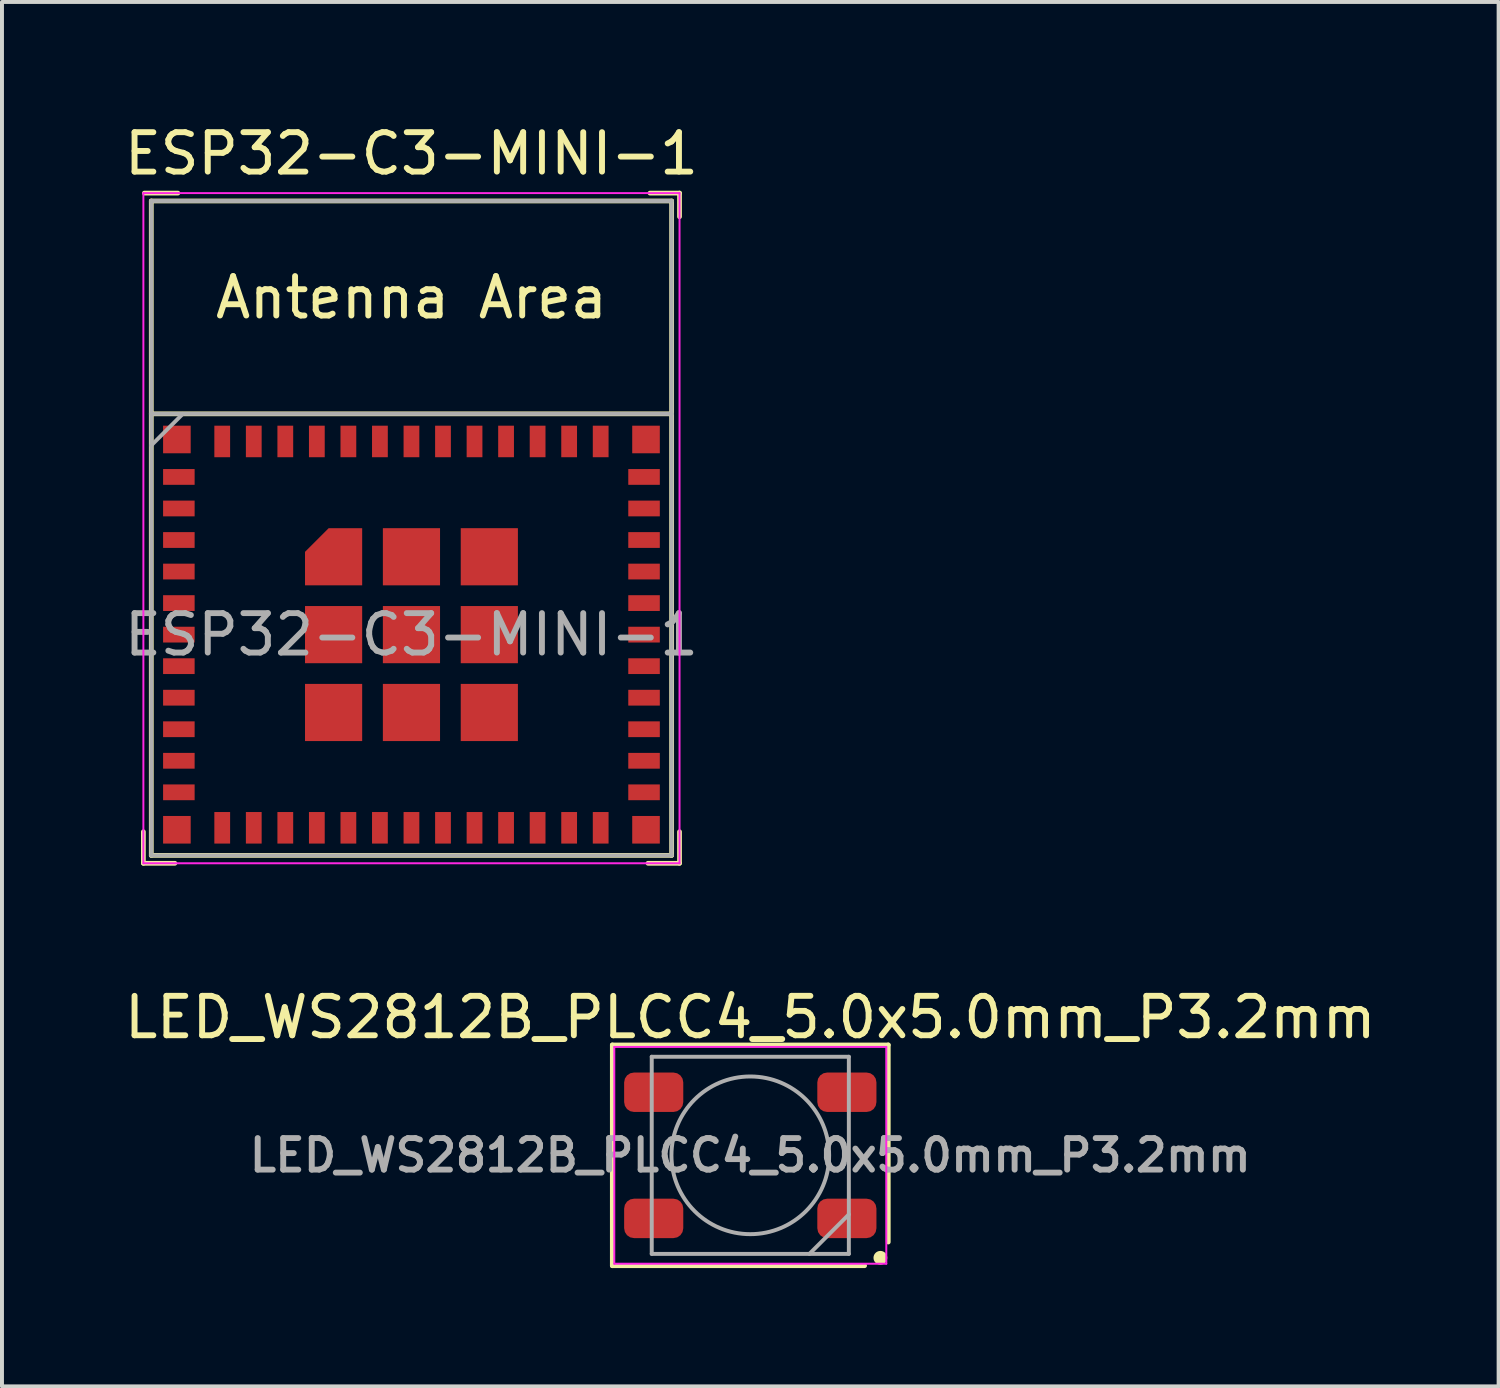
<source format=kicad_pcb>
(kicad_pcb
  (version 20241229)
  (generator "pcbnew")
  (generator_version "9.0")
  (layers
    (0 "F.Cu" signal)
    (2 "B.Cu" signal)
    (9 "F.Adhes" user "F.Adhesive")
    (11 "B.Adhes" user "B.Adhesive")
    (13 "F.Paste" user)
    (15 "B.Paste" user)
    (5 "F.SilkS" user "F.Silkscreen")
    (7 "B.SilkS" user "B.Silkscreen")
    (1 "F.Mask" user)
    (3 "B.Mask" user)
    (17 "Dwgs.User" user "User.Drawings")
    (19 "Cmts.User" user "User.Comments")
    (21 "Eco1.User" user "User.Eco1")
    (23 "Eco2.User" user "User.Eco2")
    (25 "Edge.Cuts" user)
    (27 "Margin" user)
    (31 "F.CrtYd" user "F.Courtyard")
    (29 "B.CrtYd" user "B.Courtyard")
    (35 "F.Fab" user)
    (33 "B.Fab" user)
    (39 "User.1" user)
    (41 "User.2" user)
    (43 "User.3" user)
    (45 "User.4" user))
  (footprint "LED_WS2812B_PLCC4_5.0x5.0mm_P3.2mm"
    (layer "F.Cu")
    (at 15.982 26.256)
    (property "Reference" "LED_WS2812B_PLCC4_5.0x5.0mm_P3.2mm" (at 0 -3.5 0) (layer "F.SilkS") (effects (font (size 1 1) (thickness 0.15))))
    (attr smd)
    (fp_line (start -3.5 -2.8) (end -3.5 2.8) (stroke (width 0.12) (type default)) (layer "F.SilkS"))
    (fp_line (start -3.5 2.8) (end 2.9 2.8) (stroke (width 0.12) (type default)) (layer "F.SilkS"))
    (fp_line (start 3.5 -2.8) (end -3.5 -2.8) (stroke (width 0.12) (type default)) (layer "F.SilkS"))
    (fp_line (start 3.5 2.2) (end 3.5 -2.8) (stroke (width 0.12) (type default)) (layer "F.SilkS"))
    (fp_circle (center 3.3 2.6) (end 3.4 2.6) (stroke (width 0.15) (type solid)) (fill yes) (layer "F.SilkS"))
    (fp_line (start -3.45 -2.75) (end -3.45 2.75) (stroke (width 0.05) (type solid)) (layer "F.CrtYd"))
    (fp_line (start -3.45 2.75) (end 3.45 2.75) (stroke (width 0.05) (type solid)) (layer "F.CrtYd"))
    (fp_line (start 3.45 -2.75) (end -3.45 -2.75) (stroke (width 0.05) (type solid)) (layer "F.CrtYd"))
    (fp_line (start 3.45 2.75) (end 3.45 -2.75) (stroke (width 0.05) (type solid)) (layer "F.CrtYd"))
    (fp_line (start -2.5 -2.5) (end -2.5 2.5) (stroke (width 0.1) (type solid)) (layer "F.Fab"))
    (fp_line (start -2.5 2.5) (end 2.5 2.5) (stroke (width 0.1) (type solid)) (layer "F.Fab"))
    (fp_line (start 2.5 -2.5) (end -2.5 -2.5) (stroke (width 0.1) (type solid)) (layer "F.Fab"))
    (fp_line (start 2.5 1.5) (end 1.5 2.5) (stroke (width 0.1) (type solid)) (layer "F.Fab"))
    (fp_line (start 2.5 2.5) (end 2.5 -2.5) (stroke (width 0.1) (type solid)) (layer "F.Fab"))
    (fp_circle (center 0 0) (end 0 -2) (stroke (width 0.1) (type solid)) (fill no) (layer "F.Fab"))
    (fp_text user "${REFERENCE}" (at 0 0 0) (layer "F.Fab") (effects (font (size 0.8 0.8) (thickness 0.15))))
    (pad "1" smd roundrect (at -2.45 -1.6) (size 1.5 1) (layers "F.Cu" "F.Mask" "F.Paste") (roundrect_rratio 0.25))
    (pad "2" smd roundrect (at -2.45 1.6) (size 1.5 1) (layers "F.Cu" "F.Mask" "F.Paste") (roundrect_rratio 0.25))
    (pad "3" smd roundrect (at 2.45 1.6) (size 1.5 1) (layers "F.Cu" "F.Mask" "F.Paste") (roundrect_rratio 0.25))
    (pad "4" smd roundrect (at 2.45 -1.6) (size 1.5 1) (layers "F.Cu" "F.Mask" "F.Paste") (roundrect_rratio 0.25)))
  (footprint "ESP32-C3-MINI-1"
    (layer "F.Cu")
    (at 7.387 10.348)
    (property "Reference" "ESP32-C3-MINI-1" (at 0 -9.5 0) (layer "F.SilkS") (effects (font (size 1 1) (thickness 0.15))))
    (attr smd)
    (fp_line (start -6.8 7.7) (end -6.8 8.5) (stroke (width 0.12) (type solid)) (layer "F.SilkS"))
    (fp_line (start -6.8 8.5) (end -6 8.5) (stroke (width 0.12) (type solid)) (layer "F.SilkS"))
    (fp_line (start -6.6 -8.3) (end 6.6 -8.3) (stroke (width 0.12) (type solid)) (layer "F.SilkS"))
    (fp_line (start -6.6 -2.9) (end 6.6 -2.9) (stroke (width 0.12) (type solid)) (layer "F.SilkS"))
    (fp_line (start -6.6 8.3) (end -6.6 -8.3) (stroke (width 0.12) (type solid)) (layer "F.SilkS"))
    (fp_line (start -5.925 -8.5) (end -6.775 -8.5) (stroke (width 0.12) (type solid)) (layer "F.SilkS"))
    (fp_line (start 6.05 -8.5) (end 6.8 -8.5) (stroke (width 0.12) (type solid)) (layer "F.SilkS"))
    (fp_line (start 6.6 -8.3) (end 6.6 8.3) (stroke (width 0.12) (type solid)) (layer "F.SilkS"))
    (fp_line (start 6.6 8.3) (end -6.6 8.3) (stroke (width 0.12) (type solid)) (layer "F.SilkS"))
    (fp_line (start 6.8 -8.5) (end 6.8 -7.9) (stroke (width 0.12) (type solid)) (layer "F.SilkS"))
    (fp_line (start 6.8 7.7) (end 6.8 8.5) (stroke (width 0.12) (type solid)) (layer "F.SilkS"))
    (fp_line (start 6.8 8.5) (end 6 8.5) (stroke (width 0.12) (type solid)) (layer "F.SilkS"))
    (fp_line (start -6.8 -8.5) (end 6.8 -8.5) (stroke (width 0.05) (type solid)) (layer "F.CrtYd"))
    (fp_line (start -6.8 8.5) (end -6.8 -8.5) (stroke (width 0.05) (type solid)) (layer "F.CrtYd"))
    (fp_line (start 6.8 -8.5) (end 6.8 8.5) (stroke (width 0.05) (type solid)) (layer "F.CrtYd"))
    (fp_line (start 6.8 8.5) (end -6.8 8.5) (stroke (width 0.05) (type solid)) (layer "F.CrtYd"))
    (fp_line (start -6.6 8.3) (end -6.6 -8.3) (stroke (width 0.1) (type solid)) (layer "F.Fab"))
    (fp_line (start -6.6 8.3) (end 6.6 8.3) (stroke (width 0.1) (type solid)) (layer "F.Fab"))
    (fp_line (start -5.8 -2.9) (end -6.6 -2.1) (stroke (width 0.1) (type solid)) (layer "F.Fab"))
    (fp_line (start 6.6 -8.3) (end -6.6 -8.3) (stroke (width 0.1) (type solid)) (layer "F.Fab"))
    (fp_line (start 6.6 -2.9) (end -6.6 -2.9) (stroke (width 0.1) (type solid)) (layer "F.Fab"))
    (fp_line (start 6.6 8.3) (end 6.6 -8.3) (stroke (width 0.1) (type solid)) (layer "F.Fab"))
    (fp_text user "Antenna Area" (at 0 -5.85 0) (layer "F.SilkS") (effects (font (size 1 1) (thickness 0.15))))
    (fp_text user "${REFERENCE}" (at 0 2.7 0) (layer "F.Fab") (effects (font (size 1 1) (thickness 0.15))))
    (pad "1" smd rect (at -5.9 -1.3 90) (size 0.4 0.8) (layers "F.Cu" "F.Mask" "F.Paste"))
    (pad "2" smd rect (at -5.9 -0.5 90) (size 0.4 0.8) (layers "F.Cu" "F.Mask" "F.Paste"))
    (pad "3" smd rect (at -5.9 0.3 90) (size 0.4 0.8) (layers "F.Cu" "F.Mask" "F.Paste"))
    (pad "4" smd rect (at -5.9 1.1 90) (size 0.4 0.8) (layers "F.Cu" "F.Mask" "F.Paste"))
    (pad "5" smd rect (at -5.9 1.9 90) (size 0.4 0.8) (layers "F.Cu" "F.Mask" "F.Paste"))
    (pad "6" smd rect (at -5.9 2.7 90) (size 0.4 0.8) (layers "F.Cu" "F.Mask" "F.Paste"))
    (pad "7" smd rect (at -5.9 3.5 90) (size 0.4 0.8) (layers "F.Cu" "F.Mask" "F.Paste"))
    (pad "8" smd rect (at -5.9 4.3 90) (size 0.4 0.8) (layers "F.Cu" "F.Mask" "F.Paste"))
    (pad "9" smd rect (at -5.9 5.1 90) (size 0.4 0.8) (layers "F.Cu" "F.Mask" "F.Paste"))
    (pad "10" smd rect (at -5.9 5.9 90) (size 0.4 0.8) (layers "F.Cu" "F.Mask" "F.Paste"))
    (pad "11" smd rect (at -5.9 6.7 90) (size 0.4 0.8) (layers "F.Cu" "F.Mask" "F.Paste"))
    (pad "12" smd rect (at -4.8 7.6) (size 0.4 0.8) (layers "F.Cu" "F.Mask" "F.Paste"))
    (pad "13" smd rect (at -4 7.6) (size 0.4 0.8) (layers "F.Cu" "F.Mask" "F.Paste"))
    (pad "14" smd rect (at -3.2 7.6) (size 0.4 0.8) (layers "F.Cu" "F.Mask" "F.Paste"))
    (pad "15" smd rect (at -2.4 7.6) (size 0.4 0.8) (layers "F.Cu" "F.Mask" "F.Paste"))
    (pad "16" smd rect (at -1.6 7.6) (size 0.4 0.8) (layers "F.Cu" "F.Mask" "F.Paste"))
    (pad "17" smd rect (at -0.8 7.6) (size 0.4 0.8) (layers "F.Cu" "F.Mask" "F.Paste"))
    (pad "18" smd rect (at 0 7.6) (size 0.4 0.8) (layers "F.Cu" "F.Mask" "F.Paste"))
    (pad "19" smd rect (at 0.8 7.6) (size 0.4 0.8) (layers "F.Cu" "F.Mask" "F.Paste"))
    (pad "20" smd rect (at 1.6 7.6) (size 0.4 0.8) (layers "F.Cu" "F.Mask" "F.Paste"))
    (pad "21" smd rect (at 2.4 7.6) (size 0.4 0.8) (layers "F.Cu" "F.Mask" "F.Paste"))
    (pad "22" smd rect (at 3.2 7.6) (size 0.4 0.8) (layers "F.Cu" "F.Mask" "F.Paste"))
    (pad "23" smd rect (at 4 7.6) (size 0.4 0.8) (layers "F.Cu" "F.Mask" "F.Paste"))
    (pad "24" smd rect (at 4.8 7.6) (size 0.4 0.8) (layers "F.Cu" "F.Mask" "F.Paste"))
    (pad "25" smd rect (at 5.9 6.7 90) (size 0.4 0.8) (layers "F.Cu" "F.Mask" "F.Paste"))
    (pad "26" smd rect (at 5.9 5.9 90) (size 0.4 0.8) (layers "F.Cu" "F.Mask" "F.Paste"))
    (pad "27" smd rect (at 5.9 5.1 90) (size 0.4 0.8) (layers "F.Cu" "F.Mask" "F.Paste"))
    (pad "28" smd rect (at 5.9 4.3 90) (size 0.4 0.8) (layers "F.Cu" "F.Mask" "F.Paste"))
    (pad "29" smd rect (at 5.9 3.5 90) (size 0.4 0.8) (layers "F.Cu" "F.Mask" "F.Paste"))
    (pad "30" smd rect (at 5.9 2.7 90) (size 0.4 0.8) (layers "F.Cu" "F.Mask" "F.Paste"))
    (pad "31" smd rect (at 5.9 1.9 90) (size 0.4 0.8) (layers "F.Cu" "F.Mask" "F.Paste"))
    (pad "32" smd rect (at 5.9 1.1 90) (size 0.4 0.8) (layers "F.Cu" "F.Mask" "F.Paste"))
    (pad "33" smd rect (at 5.9 0.3 90) (size 0.4 0.8) (layers "F.Cu" "F.Mask" "F.Paste"))
    (pad "34" smd rect (at 5.9 -0.5 90) (size 0.4 0.8) (layers "F.Cu" "F.Mask" "F.Paste"))
    (pad "35" smd rect (at 5.9 -1.3 90) (size 0.4 0.8) (layers "F.Cu" "F.Mask" "F.Paste"))
    (pad "36" smd rect (at 4.8 -2.2) (size 0.4 0.8) (layers "F.Cu" "F.Mask" "F.Paste"))
    (pad "37" smd rect (at 4 -2.2) (size 0.4 0.8) (layers "F.Cu" "F.Mask" "F.Paste"))
    (pad "38" smd rect (at 3.2 -2.2) (size 0.4 0.8) (layers "F.Cu" "F.Mask" "F.Paste"))
    (pad "39" smd rect (at 2.4 -2.2) (size 0.4 0.8) (layers "F.Cu" "F.Mask" "F.Paste"))
    (pad "40" smd rect (at 1.6 -2.2) (size 0.4 0.8) (layers "F.Cu" "F.Mask" "F.Paste"))
    (pad "41" smd rect (at 0.8 -2.2) (size 0.4 0.8) (layers "F.Cu" "F.Mask" "F.Paste"))
    (pad "42" smd rect (at 0 -2.2) (size 0.4 0.8) (layers "F.Cu" "F.Mask" "F.Paste"))
    (pad "43" smd rect (at -0.8 -2.2) (size 0.4 0.8) (layers "F.Cu" "F.Mask" "F.Paste"))
    (pad "44" smd rect (at -1.6 -2.2) (size 0.4 0.8) (layers "F.Cu" "F.Mask" "F.Paste"))
    (pad "45" smd rect (at -2.4 -2.2) (size 0.4 0.8) (layers "F.Cu" "F.Mask" "F.Paste"))
    (pad "46" smd rect (at -3.2 -2.2) (size 0.4 0.8) (layers "F.Cu" "F.Mask" "F.Paste"))
    (pad "47" smd rect (at -4 -2.2) (size 0.4 0.8) (layers "F.Cu" "F.Mask" "F.Paste"))
    (pad "48" smd rect (at -4.8 -2.2) (size 0.4 0.8) (layers "F.Cu" "F.Mask" "F.Paste"))
    (pad "49" smd custom (at -1.975 0.725) (size 0.8 0.8) (layers "F.Cu" "F.Mask" "F.Paste") (options (anchor rect)) (primitives (gr_poly (pts (xy 0.725 0.725) (xy -0.725 0.725) (xy -0.725 -0.125) (xy -0.125 -0.725) (xy 0.725 -0.725)) (width 0) (fill yes))))
    (pad "49" smd rect (at -1.975 2.7 90) (size 1.45 1.45) (layers "F.Cu" "F.Mask" "F.Paste"))
    (pad "49" smd rect (at -1.975 4.675 90) (size 1.45 1.45) (layers "F.Cu" "F.Mask" "F.Paste"))
    (pad "49" smd rect (at 0 0.725 90) (size 1.45 1.45) (layers "F.Cu" "F.Mask" "F.Paste"))
    (pad "49" smd rect (at 0 2.7 90) (size 1.45 1.45) (layers "F.Cu" "F.Mask" "F.Paste"))
    (pad "49" smd rect (at 0 4.675 90) (size 1.45 1.45) (layers "F.Cu" "F.Mask" "F.Paste"))
    (pad "49" smd rect (at 1.975 0.725 90) (size 1.45 1.45) (layers "F.Cu" "F.Mask" "F.Paste"))
    (pad "49" smd rect (at 1.975 2.7 90) (size 1.45 1.45) (layers "F.Cu" "F.Mask" "F.Paste"))
    (pad "49" smd rect (at 1.975 4.675 90) (size 1.45 1.45) (layers "F.Cu" "F.Mask" "F.Paste"))
    (pad "50" smd rect (at 5.95 -2.25 90) (size 0.7 0.7) (layers "F.Cu" "F.Mask" "F.Paste"))
    (pad "51" smd rect (at 5.95 7.65 90) (size 0.7 0.7) (layers "F.Cu" "F.Mask" "F.Paste"))
    (pad "52" smd rect (at -5.95 7.65 90) (size 0.7 0.7) (layers "F.Cu" "F.Mask" "F.Paste"))
    (pad "53" smd rect (at -5.95 -2.25 90) (size 0.7 0.7) (layers "F.Cu" "F.Mask" "F.Paste"))
    (zone (net_name "") (layers "F.Cu" "B.Cu") (name "antenna keepout") (hatch edge 0.508) (connect_pads) (min_thickness 0.254) (filled_areas_thickness no) (keepout (tracks not_allowed) (vias not_allowed) (pads not_allowed) (copperpour not_allowed) (footprints not_allowed)) (placement (enabled no)) (fill) (polygon (pts (xy 13.987 7.448) (xy 0.787 7.448) (xy 0.787 2.048) (xy 13.987 2.048)))))
  (gr_rect
    (start -3 -3)
    (end 34.964 32.117)
    (stroke (width 0.1) (type default))
    (fill no)
    (layer "Edge.Cuts")))
</source>
